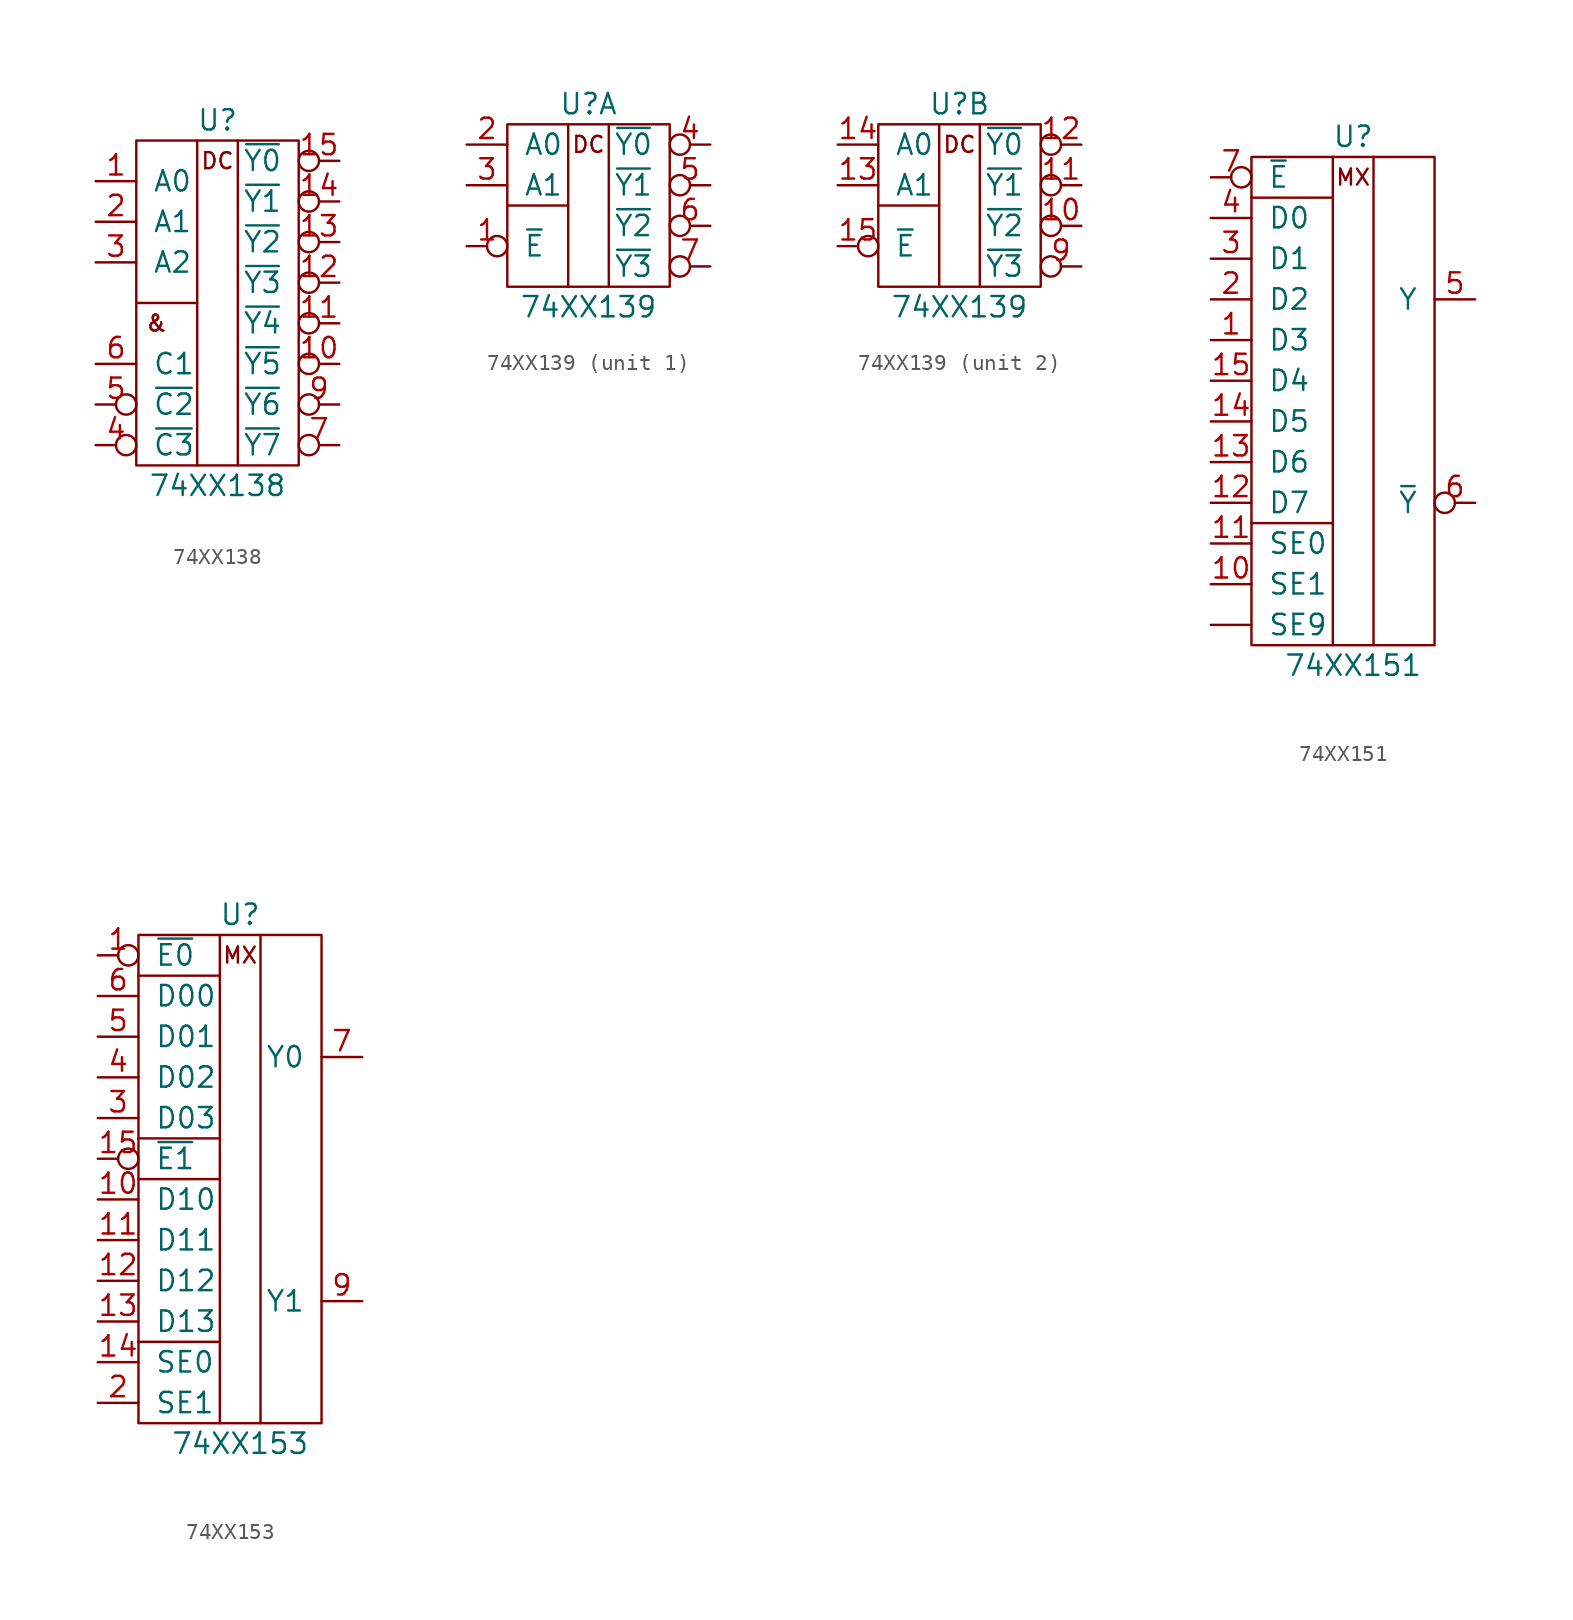
<source format=kicad_sym>
(kicad_symbol_lib
  (version 20211014)
  (generator kicad_symbol_editor)
  (symbol "74XX138"
    (pin_names
      (offset 1.016))
    (property "Reference" "U"
      (at 0 11.43 0)
      (effects (font (size 1.27 1.27))))
    (property "Value" "74XX138"
      (at 0 -11.43 0)
      (effects (font (size 1.27 1.27))))
    (symbol "74XX138_0_0"
      (text "&" (at -3.81 -1.27 0) (effects (font (size 1 1))))
      (text "DC" (at 0 8.89 0) (effects (font (size 1 1)))))
    (symbol "74XX138_0_1"
      (rectangle (start -5.08 10.16) (end 5.08 -10.16) (stroke (width 0) (type default) (color 0 0 0 0)) (fill (type none)))
      (polyline (pts (xy -5.08 0) (xy -1.27 0)) (stroke (width 0) (type default) (color 0 0 0 0)) (fill (type none)))
      (polyline (pts (xy -1.27 10.16) (xy -1.27 -10.16)) (stroke (width 0) (type default) (color 0 0 0 0)) (fill (type none)))
      (polyline (pts (xy 1.27 10.16) (xy 1.27 -10.16)) (stroke (width 0) (type default) (color 0 0 0 0)) (fill (type none)))
      (pin power_in line (at 5.08 10.16 180) (length 0) hide (name "VСС" (effects (font (size 1.27 1.27)))) (number "16" (effects (font (size 1.27 1.27)))))
      (pin power_in line (at 5.08 -10.16 180) (length 0) hide (name "GND" (effects (font (size 1.27 1.27)))) (number "8" (effects (font (size 1.27 1.27))))))
    (symbol "74XX138_1_1"
      (pin input line (at -7.62 7.62 0) (length 2.54) (name "A0" (effects (font (size 1.27 1.27)))) (number "1" (effects (font (size 1.27 1.27)))))
      (pin output inverted (at 7.62 -3.81 180) (length 2.54) (name "~{Y5}" (effects (font (size 1.27 1.27)))) (number "10" (effects (font (size 1.27 1.27)))))
      (pin output inverted (at 7.62 -1.27 180) (length 2.54) (name "~{Y4}" (effects (font (size 1.27 1.27)))) (number "11" (effects (font (size 1.27 1.27)))))
      (pin output inverted (at 7.62 1.27 180) (length 2.54) (name "~{Y3}" (effects (font (size 1.27 1.27)))) (number "12" (effects (font (size 1.27 1.27)))))
      (pin output inverted (at 7.62 3.81 180) (length 2.54) (name "~{Y2}" (effects (font (size 1.27 1.27)))) (number "13" (effects (font (size 1.27 1.27)))))
      (pin output inverted (at 7.62 6.35 180) (length 2.54) (name "~{Y1}" (effects (font (size 1.27 1.27)))) (number "14" (effects (font (size 1.27 1.27)))))
      (pin output inverted (at 7.62 8.89 180) (length 2.54) (name "~{Y0}" (effects (font (size 1.27 1.27)))) (number "15" (effects (font (size 1.27 1.27)))))
      (pin input line (at -7.62 5.08 0) (length 2.54) (name "A1" (effects (font (size 1.27 1.27)))) (number "2" (effects (font (size 1.27 1.27)))))
      (pin input line (at -7.62 2.54 0) (length 2.54) (name "A2" (effects (font (size 1.27 1.27)))) (number "3" (effects (font (size 1.27 1.27)))))
      (pin input inverted (at -7.62 -8.89 0) (length 2.54) (name "~{C3}" (effects (font (size 1.27 1.27)))) (number "4" (effects (font (size 1.27 1.27)))))
      (pin input inverted (at -7.62 -6.35 0) (length 2.54) (name "~{C2}" (effects (font (size 1.27 1.27)))) (number "5" (effects (font (size 1.27 1.27)))))
      (pin input line (at -7.62 -3.81 0) (length 2.54) (name "C1" (effects (font (size 1.27 1.27)))) (number "6" (effects (font (size 1.27 1.27)))))
      (pin output inverted (at 7.62 -8.89 180) (length 2.54) (name "~{Y7}" (effects (font (size 1.27 1.27)))) (number "7" (effects (font (size 1.27 1.27)))))
      (pin output inverted (at 7.62 -6.35 180) (length 2.54) (name "~{Y6}" (effects (font (size 1.27 1.27)))) (number "9" (effects (font (size 1.27 1.27)))))))
  (symbol "74XX139"
    (pin_names
      (offset 1.016))
    (property "Reference" "U"
      (at 0 6.35 0)
      (effects (font (size 1.27 1.27))))
    (property "Value" "74XX139"
      (at 0 -6.35 0)
      (effects (font (size 1.27 1.27))))
    (symbol "74XX139_0_1"
      (rectangle (start -5.08 5.08) (end 5.08 -5.08) (stroke (width 0) (type default) (color 0 0 0 0)) (fill (type none)))
      (polyline (pts (xy -5.08 0) (xy -1.27 0)) (stroke (width 0) (type default) (color 0 0 0 0)) (fill (type none)))
      (polyline (pts (xy -1.27 5.08) (xy -1.27 -5.08)) (stroke (width 0) (type default) (color 0 0 0 0)) (fill (type none)))
      (polyline (pts (xy 1.27 5.08) (xy 1.27 -5.08)) (stroke (width 0) (type default) (color 0 0 0 0)) (fill (type none)))
      (text "DC" (at 0 3.81 0) (effects (font (size 1 1))))
      (pin power_in line (at 5.08 5.08 180) (length 0) hide (name "VСС" (effects (font (size 1.27 1.27)))) (number "16" (effects (font (size 1.27 1.27)))))
      (pin power_in line (at 5.08 -5.08 180) (length 0) hide (name "GND" (effects (font (size 1.27 1.27)))) (number "8" (effects (font (size 1.27 1.27))))))
    (symbol "74XX139_1_1"
      (pin input inverted (at -7.62 -2.54 0) (length 2.54) (name "~{E}" (effects (font (size 1.27 1.27)))) (number "1" (effects (font (size 1.27 1.27)))))
      (pin input line (at -7.62 3.81 0) (length 2.54) (name "A0" (effects (font (size 1.27 1.27)))) (number "2" (effects (font (size 1.27 1.27)))))
      (pin input line (at -7.62 1.27 0) (length 2.54) (name "A1" (effects (font (size 1.27 1.27)))) (number "3" (effects (font (size 1.27 1.27)))))
      (pin output inverted (at 7.62 3.81 180) (length 2.54) (name "~{Y0}" (effects (font (size 1.27 1.27)))) (number "4" (effects (font (size 1.27 1.27)))))
      (pin output inverted (at 7.62 1.27 180) (length 2.54) (name "~{Y1}" (effects (font (size 1.27 1.27)))) (number "5" (effects (font (size 1.27 1.27)))))
      (pin output inverted (at 7.62 -1.27 180) (length 2.54) (name "~{Y2}" (effects (font (size 1.27 1.27)))) (number "6" (effects (font (size 1.27 1.27)))))
      (pin output inverted (at 7.62 -3.81 180) (length 2.54) (name "~{Y3}" (effects (font (size 1.27 1.27)))) (number "7" (effects (font (size 1.27 1.27))))))
    (symbol "74XX139_2_1"
      (pin output inverted (at 7.62 -1.27 180) (length 2.54) (name "~{Y2}" (effects (font (size 1.27 1.27)))) (number "10" (effects (font (size 1.27 1.27)))))
      (pin output inverted (at 7.62 1.27 180) (length 2.54) (name "~{Y1}" (effects (font (size 1.27 1.27)))) (number "11" (effects (font (size 1.27 1.27)))))
      (pin output inverted (at 7.62 3.81 180) (length 2.54) (name "~{Y0}" (effects (font (size 1.27 1.27)))) (number "12" (effects (font (size 1.27 1.27)))))
      (pin input line (at -7.62 1.27 0) (length 2.54) (name "A1" (effects (font (size 1.27 1.27)))) (number "13" (effects (font (size 1.27 1.27)))))
      (pin input line (at -7.62 3.81 0) (length 2.54) (name "A0" (effects (font (size 1.27 1.27)))) (number "14" (effects (font (size 1.27 1.27)))))
      (pin input inverted (at -7.62 -2.54 0) (length 2.54) (name "~{E}" (effects (font (size 1.27 1.27)))) (number "15" (effects (font (size 1.27 1.27)))))
      (pin output inverted (at 7.62 -3.81 180) (length 2.54) (name "~{Y3}" (effects (font (size 1.27 1.27)))) (number "9" (effects (font (size 1.27 1.27)))))))
  (symbol "74XX151"
    (pin_names
      (offset 1.016))
    (property "Reference" "U"
      (at 0 16.51 0)
      (effects (font (size 1.27 1.27))))
    (property "Value" "74XX151"
      (at 0 -16.51 0)
      (effects (font (size 1.27 1.27))))
    (symbol "74XX151_0_0"
      (polyline (pts (xy -6.35 -7.62) (xy -1.27 -7.62)) (stroke (width 0) (type default) (color 0 0 0 0)) (fill (type none)))
      (polyline (pts (xy -6.35 12.7) (xy -1.27 12.7)) (stroke (width 0) (type default) (color 0 0 0 0)) (fill (type none)))
      (text "MX" (at 0 13.97 0) (effects (font (size 1 1)))))
    (symbol "74XX151_0_1"
      (rectangle (start -6.35 -15.24) (end 5.08 15.24) (stroke (width 0) (type default) (color 0 0 0 0)) (fill (type none)))
      (polyline (pts (xy -1.27 -15.24) (xy -1.27 15.24)) (stroke (width 0) (type default) (color 0 0 0 0)) (fill (type none)))
      (polyline (pts (xy 1.27 15.24) (xy 1.27 -15.24)) (stroke (width 0) (type default) (color 0 0 0 0)) (fill (type none)))
      (pin power_in line (at 5.08 15.24 180) (length 0) hide (name "VCC" (effects (font (size 1.27 1.27)))) (number "16" (effects (font (size 1.27 1.27)))))
      (pin power_in line (at 5.08 -15.24 180) (length 0) hide (name "GND" (effects (font (size 1.27 1.27)))) (number "8" (effects (font (size 1.27 1.27))))))
    (symbol "74XX151_1_1"
      (pin input line (at -8.89 3.81 0) (length 2.54) (name "D3" (effects (font (size 1.27 1.27)))) (number "1" (effects (font (size 1.27 1.27)))))
      (pin input line (at -8.89 -11.43 0) (length 2.54) (name "SE1" (effects (font (size 1.27 1.27)))) (number "10" (effects (font (size 1.27 1.27)))))
      (pin input line (at -8.89 -8.89 0) (length 2.54) (name "SE0" (effects (font (size 1.27 1.27)))) (number "11" (effects (font (size 1.27 1.27)))))
      (pin input line (at -8.89 -6.35 0) (length 2.54) (name "D7" (effects (font (size 1.27 1.27)))) (number "12" (effects (font (size 1.27 1.27)))))
      (pin input line (at -8.89 -3.81 0) (length 2.54) (name "D6" (effects (font (size 1.27 1.27)))) (number "13" (effects (font (size 1.27 1.27)))))
      (pin input line (at -8.89 -1.27 0) (length 2.54) (name "D5" (effects (font (size 1.27 1.27)))) (number "14" (effects (font (size 1.27 1.27)))))
      (pin input line (at -8.89 1.27 0) (length 2.54) (name "D4" (effects (font (size 1.27 1.27)))) (number "15" (effects (font (size 1.27 1.27)))))
      (pin input line (at -8.89 6.35 0) (length 2.54) (name "D2" (effects (font (size 1.27 1.27)))) (number "2" (effects (font (size 1.27 1.27)))))
      (pin input line (at -8.89 8.89 0) (length 2.54) (name "D1" (effects (font (size 1.27 1.27)))) (number "3" (effects (font (size 1.27 1.27)))))
      (pin input line (at -8.89 11.43 0) (length 2.54) (name "D0" (effects (font (size 1.27 1.27)))) (number "4" (effects (font (size 1.27 1.27)))))
      (pin output line (at 7.62 6.35 180) (length 2.54) (name "Y" (effects (font (size 1.27 1.27)))) (number "5" (effects (font (size 1.27 1.27)))))
      (pin output inverted (at 7.62 -6.35 180) (length 2.54) (name "~{Y}" (effects (font (size 1.27 1.27)))) (number "6" (effects (font (size 1.27 1.27)))))
      (pin input inverted (at -8.89 13.97 0) (length 2.54) (name "~{E}" (effects (font (size 1.27 1.27)))) (number "7" (effects (font (size 1.27 1.27)))))
      (pin input line (at -8.89 -13.97 0) (length 2.54) (name "SE9" (effects (font (size 1.27 1.27)))) (number "~" (effects (font (size 1.27 1.27)))))))
  (symbol "74XX153"
    (pin_names
      (offset 1.016))
    (property "Reference" "U"
      (at 0 16.51 0)
      (effects (font (size 1.27 1.27))))
    (property "Value" "74XX153"
      (at 0 -16.51 0)
      (effects (font (size 1.27 1.27))))
    (symbol "74XX153_0_0"
      (polyline (pts (xy -6.35 -10.16) (xy -1.27 -10.16)) (stroke (width 0) (type default) (color 0 0 0 0)) (fill (type none)))
      (polyline (pts (xy -6.35 0) (xy -1.27 0)) (stroke (width 0) (type default) (color 0 0 0 0)) (fill (type none)))
      (polyline (pts (xy -6.35 2.54) (xy -1.27 2.54)) (stroke (width 0) (type default) (color 0 0 0 0)) (fill (type none)))
      (polyline (pts (xy -6.35 12.7) (xy -1.27 12.7)) (stroke (width 0) (type default) (color 0 0 0 0)) (fill (type none)))
      (text "MX" (at 0 13.97 0) (effects (font (size 1 1)))))
    (symbol "74XX153_0_1"
      (rectangle (start -6.35 -15.24) (end 5.08 15.24) (stroke (width 0) (type default) (color 0 0 0 0)) (fill (type none)))
      (polyline (pts (xy -1.27 15.24) (xy -1.27 -15.24)) (stroke (width 0) (type default) (color 0 0 0 0)) (fill (type none)))
      (polyline (pts (xy 1.27 -15.24) (xy 1.27 15.24)) (stroke (width 0) (type default) (color 0 0 0 0)) (fill (type none)))
      (pin power_in line (at 5.08 15.24 180) (length 0) hide (name "VCC" (effects (font (size 1.27 1.27)))) (number "16" (effects (font (size 1.27 1.27)))))
      (pin power_in line (at 5.08 -15.24 180) (length 0) hide (name "GND" (effects (font (size 1.27 1.27)))) (number "8" (effects (font (size 1.27 1.27))))))
    (symbol "74XX153_1_1"
      (pin input inverted (at -8.89 13.97 0) (length 2.54) (name "~{E0}" (effects (font (size 1.27 1.27)))) (number "1" (effects (font (size 1.27 1.27)))))
      (pin input line (at -8.89 -1.27 0) (length 2.54) (name "D10" (effects (font (size 1.27 1.27)))) (number "10" (effects (font (size 1.27 1.27)))))
      (pin input line (at -8.89 -3.81 0) (length 2.54) (name "D11" (effects (font (size 1.27 1.27)))) (number "11" (effects (font (size 1.27 1.27)))))
      (pin input line (at -8.89 -6.35 0) (length 2.54) (name "D12" (effects (font (size 1.27 1.27)))) (number "12" (effects (font (size 1.27 1.27)))))
      (pin input line (at -8.89 -8.89 0) (length 2.54) (name "D13" (effects (font (size 1.27 1.27)))) (number "13" (effects (font (size 1.27 1.27)))))
      (pin input line (at -8.89 -11.43 0) (length 2.54) (name "SE0" (effects (font (size 1.27 1.27)))) (number "14" (effects (font (size 1.27 1.27)))))
      (pin input inverted (at -8.89 1.27 0) (length 2.54) (name "~{E1}" (effects (font (size 1.27 1.27)))) (number "15" (effects (font (size 1.27 1.27)))))
      (pin input line (at -8.89 -13.97 0) (length 2.54) (name "SE1" (effects (font (size 1.27 1.27)))) (number "2" (effects (font (size 1.27 1.27)))))
      (pin input line (at -8.89 3.81 0) (length 2.54) (name "D03" (effects (font (size 1.27 1.27)))) (number "3" (effects (font (size 1.27 1.27)))))
      (pin input line (at -8.89 6.35 0) (length 2.54) (name "D02" (effects (font (size 1.27 1.27)))) (number "4" (effects (font (size 1.27 1.27)))))
      (pin input line (at -8.89 8.89 0) (length 2.54) (name "D01" (effects (font (size 1.27 1.27)))) (number "5" (effects (font (size 1.27 1.27)))))
      (pin input line (at -8.89 11.43 0) (length 2.54) (name "D00" (effects (font (size 1.27 1.27)))) (number "6" (effects (font (size 1.27 1.27)))))
      (pin output line (at 7.62 7.62 180) (length 2.54) (name "Y0" (effects (font (size 1.27 1.27)))) (number "7" (effects (font (size 1.27 1.27)))))
      (pin output line (at 7.62 -7.62 180) (length 2.54) (name "Y1" (effects (font (size 1.27 1.27)))) (number "9" (effects (font (size 1.27 1.27))))))))
</source>
